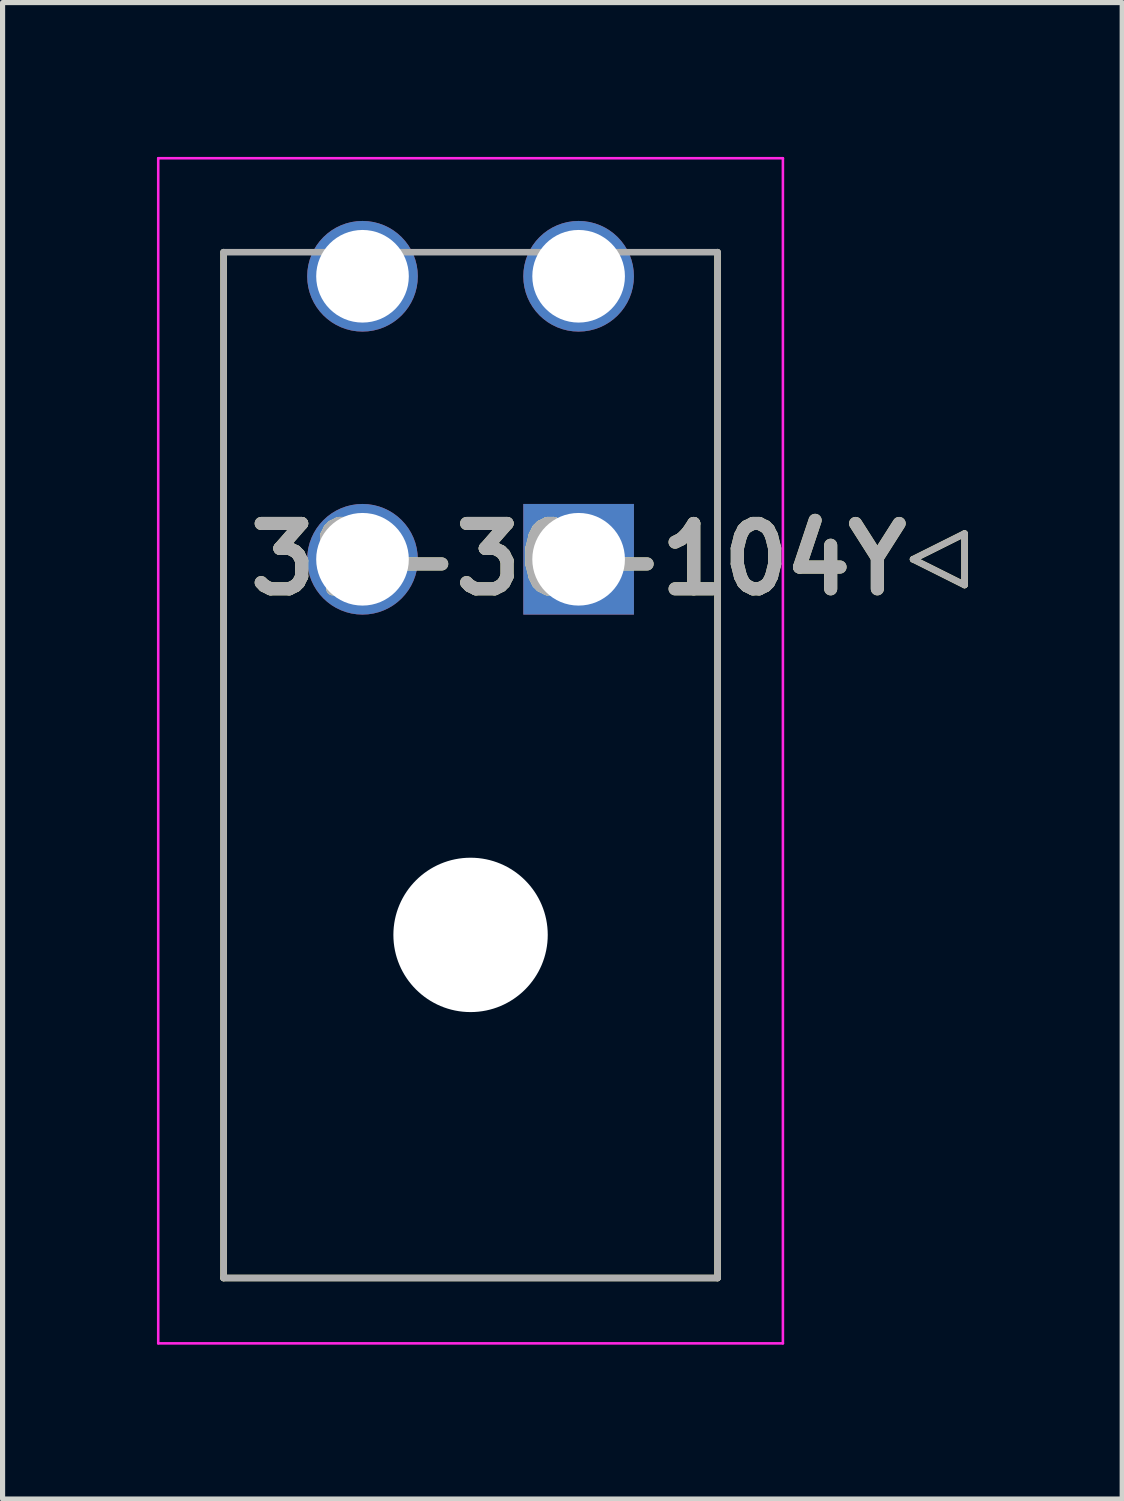
<source format=kicad_pcb>
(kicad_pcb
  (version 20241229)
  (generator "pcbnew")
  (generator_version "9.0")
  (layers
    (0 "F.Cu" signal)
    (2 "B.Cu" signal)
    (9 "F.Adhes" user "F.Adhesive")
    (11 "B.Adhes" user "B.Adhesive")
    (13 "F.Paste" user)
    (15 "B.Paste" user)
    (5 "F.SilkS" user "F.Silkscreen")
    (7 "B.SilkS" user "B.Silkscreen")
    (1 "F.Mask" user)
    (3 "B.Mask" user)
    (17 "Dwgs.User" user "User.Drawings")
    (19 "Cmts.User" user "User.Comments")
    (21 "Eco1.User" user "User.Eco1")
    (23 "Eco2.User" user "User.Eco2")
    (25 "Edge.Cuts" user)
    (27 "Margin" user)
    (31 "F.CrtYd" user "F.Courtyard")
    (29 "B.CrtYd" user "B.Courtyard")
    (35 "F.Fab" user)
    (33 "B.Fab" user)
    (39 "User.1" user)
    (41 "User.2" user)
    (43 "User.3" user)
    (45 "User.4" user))
  (footprint "39-30-104Y"
    (layer "F.Cu")
    (at 8.195 7.819)
    (property "Reference" "39-30-104Y" (at 0 0 0) (layer "F.SilkS") (effects (font (size 1.27 1.27) (thickness 0.254))))
    (attr through_hole)
    (fp_line (start -6.9 13.968) (end -6.9 -5.968) (stroke (width 0.127) (type solid)) (layer "F.SilkS"))
    (fp_line (start 2.7 -5.968) (end 2.7 13.968) (stroke (width 0.127) (type solid)) (layer "F.SilkS"))
    (fp_line (start 2.7 13.968) (end -6.9 13.968) (stroke (width 0.127) (type solid)) (layer "F.SilkS"))
    (fp_line (start 6.5 0) (end 7.5 -0.5) (stroke (width 0.127) (type solid)) (layer "F.SilkS"))
    (fp_line (start 7.5 -0.5) (end 7.5 0.5) (stroke (width 0.127) (type solid)) (layer "F.SilkS"))
    (fp_line (start 7.5 0.5) (end 6.5 0) (stroke (width 0.127) (type solid)) (layer "F.SilkS"))
    (fp_line (start -8.17 -7.794) (end 3.97 -7.794) (stroke (width 0.05) (type solid)) (layer "F.CrtYd"))
    (fp_line (start -8.17 15.238) (end -8.17 -7.794) (stroke (width 0.05) (type solid)) (layer "F.CrtYd"))
    (fp_line (start 3.97 -7.794) (end 3.97 15.238) (stroke (width 0.05) (type solid)) (layer "F.CrtYd"))
    (fp_line (start 3.97 15.238) (end -8.17 15.238) (stroke (width 0.05) (type solid)) (layer "F.CrtYd"))
    (fp_line (start -6.9 -5.968) (end 2.7 -5.968) (stroke (width 0.127) (type solid)) (layer "F.Fab"))
    (fp_line (start -6.9 13.968) (end -6.9 -5.968) (stroke (width 0.127) (type solid)) (layer "F.Fab"))
    (fp_line (start 2.7 -5.968) (end 2.7 13.968) (stroke (width 0.127) (type solid)) (layer "F.Fab"))
    (fp_line (start 2.7 13.968) (end -6.9 13.968) (stroke (width 0.127) (type solid)) (layer "F.Fab"))
    (fp_line (start 6.5 0) (end 7.5 -0.5) (stroke (width 0.127) (type solid)) (layer "F.Fab"))
    (fp_line (start 7.5 -0.5) (end 7.5 0.5) (stroke (width 0.127) (type solid)) (layer "F.Fab"))
    (fp_line (start 7.5 0.5) (end 6.5 0) (stroke (width 0.127) (type solid)) (layer "F.Fab"))
    (fp_text user "${REFERENCE}" (at 0 0 0) (layer "F.Fab") (effects (font (size 1.27 1.27) (thickness 0.254))))
    (pad "" np_thru_hole circle (at -2.1 7.3) (size 3 3) (drill 3) (layers "*.Cu" "*.Mask"))
    (pad "1" thru_hole rect (at 0 0) (size 2.15 2.15) (drill 1.8) (layers "*.Cu" "*.Mask"))
    (pad "2" thru_hole circle (at -4.2 0) (size 2.15 2.15) (drill 1.8) (layers "*.Cu" "*.Mask"))
    (pad "3" thru_hole circle (at 0 -5.5) (size 2.15 2.15) (drill 1.8) (layers "*.Cu" "*.Mask"))
    (pad "4" thru_hole circle (at -4.2 -5.5) (size 2.15 2.15) (drill 1.8) (layers "*.Cu" "*.Mask")))
  (gr_rect
    (start -3 -3)
    (end 18.759 26.082)
    (stroke (width 0.1) (type default))
    (fill no)
    (layer "Edge.Cuts")))
</source>
